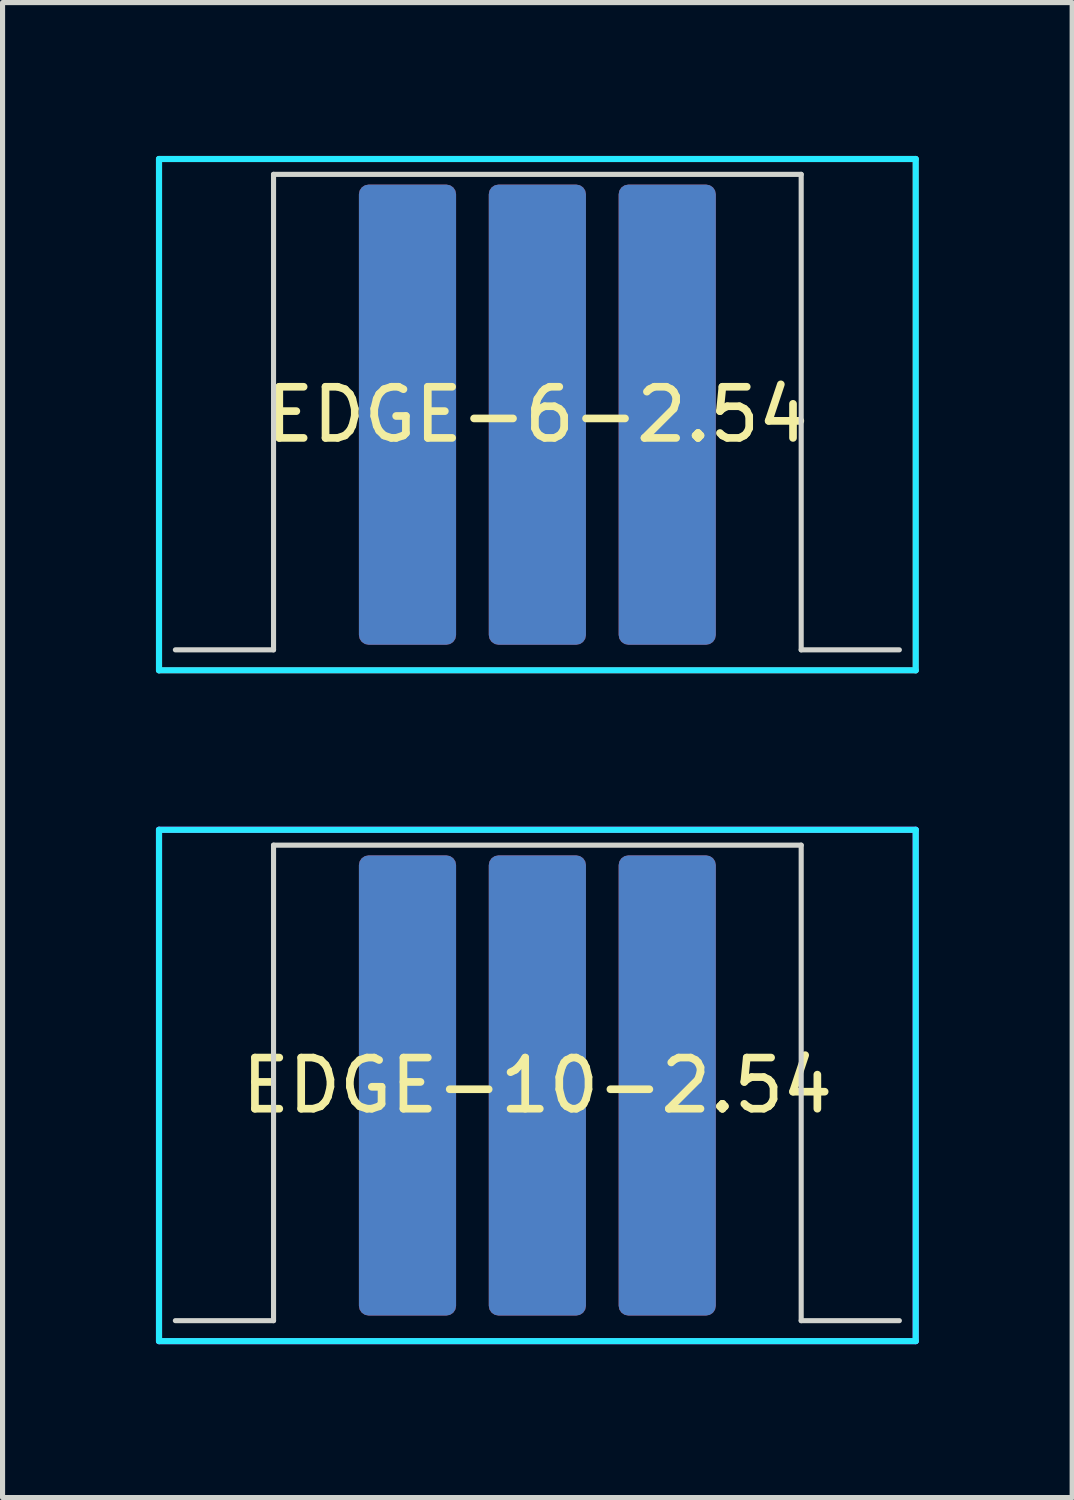
<source format=kicad_pcb>
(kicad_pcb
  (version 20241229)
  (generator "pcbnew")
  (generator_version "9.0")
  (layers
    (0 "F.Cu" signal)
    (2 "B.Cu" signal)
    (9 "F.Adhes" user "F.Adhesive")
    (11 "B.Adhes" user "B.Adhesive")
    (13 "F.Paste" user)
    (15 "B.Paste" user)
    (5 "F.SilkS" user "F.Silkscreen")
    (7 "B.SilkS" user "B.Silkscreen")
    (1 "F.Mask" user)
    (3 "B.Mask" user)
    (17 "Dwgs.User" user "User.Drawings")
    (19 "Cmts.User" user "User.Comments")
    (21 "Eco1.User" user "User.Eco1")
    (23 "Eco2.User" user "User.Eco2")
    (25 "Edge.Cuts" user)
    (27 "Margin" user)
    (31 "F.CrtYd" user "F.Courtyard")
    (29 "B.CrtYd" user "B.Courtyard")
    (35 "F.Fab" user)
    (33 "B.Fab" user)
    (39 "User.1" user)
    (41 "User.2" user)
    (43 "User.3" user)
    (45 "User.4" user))
  (footprint "EDGE-6-2.54"
    (layer "F.Cu")
    (at 7.46 5.06)
    (property "Reference" "EDGE-6-2.54" (at 0 0 0) (layer "F.SilkS") (effects (font (size 1 1) (thickness 0.15))))
    (attr exclude_from_pos_files exclude_from_bom)
    (fp_line (start -7.4 -5) (end -7.4 5) (stroke (width 0.12) (type solid)) (layer "F.Cu"))
    (fp_line (start -7.4 5) (end 7.4 5) (stroke (width 0.12) (type solid)) (layer "F.Cu"))
    (fp_line (start 7.4 -5) (end -7.4 -5) (stroke (width 0.12) (type solid)) (layer "F.Cu"))
    (fp_line (start 7.4 5) (end 7.4 -5) (stroke (width 0.12) (type solid)) (layer "F.Cu"))
    (fp_line (start -5.16 -4.7) (end -5.16 4.6) (stroke (width 0.1) (type solid)) (layer "Edge.Cuts"))
    (fp_line (start -5.16 4.6) (end -7.08 4.6) (stroke (width 0.1) (type solid)) (layer "Edge.Cuts"))
    (fp_line (start 5.16 -4.7) (end -5.16 -4.7) (stroke (width 0.1) (type solid)) (layer "Edge.Cuts"))
    (fp_line (start 5.16 4.6) (end 5.16 -4.7) (stroke (width 0.1) (type solid)) (layer "Edge.Cuts"))
    (fp_line (start 5.16 4.6) (end 7.08 4.6) (stroke (width 0.1) (type solid)) (layer "Edge.Cuts"))
    (fp_line (start -7.4 -5) (end -7.4 5) (stroke (width 0.12) (type solid)) (layer "B.CrtYd"))
    (fp_line (start -7.4 5) (end 7.4 5) (stroke (width 0.12) (type solid)) (layer "B.CrtYd"))
    (fp_line (start 7.4 -5) (end -7.4 -5) (stroke (width 0.12) (type solid)) (layer "B.CrtYd"))
    (fp_line (start 7.4 5) (end 7.4 -5) (stroke (width 0.12) (type solid)) (layer "B.CrtYd"))
    (pad "A1" smd roundrect (at -2.54 0) (size 1.9 9) (layers "B.Cu" "B.Mask" "B.Paste") (roundrect_rratio 0.1))
    (pad "A2" smd roundrect (at 0 0) (size 1.9 9) (layers "B.Cu" "B.Mask" "B.Paste") (roundrect_rratio 0.1))
    (pad "A3" smd roundrect (at 2.54 0) (size 1.9 9) (layers "B.Cu" "B.Mask" "B.Paste") (roundrect_rratio 0.1))
    (pad "B1" smd roundrect (at -2.54 0) (size 1.9 9) (layers "F.Cu" "F.Mask" "F.Paste") (roundrect_rratio 0.1))
    (pad "B2" smd roundrect (at 0 0) (size 1.9 9) (layers "F.Cu" "F.Mask" "F.Paste") (roundrect_rratio 0.1))
    (pad "B3" smd roundrect (at 2.54 0) (size 1.9 9) (layers "F.Cu" "F.Mask" "F.Paste") (roundrect_rratio 0.1)))
  (footprint "EDGE-10-2.54"
    (layer "F.Cu")
    (at 7.46 18.18)
    (property "Reference" "EDGE-10-2.54" (at 0 0 0) (layer "F.SilkS") (effects (font (size 1 1) (thickness 0.15))))
    (attr exclude_from_pos_files exclude_from_bom)
    (fp_line (start -5.16 -4.7) (end -5.16 4.6) (stroke (width 0.1) (type solid)) (layer "Edge.Cuts"))
    (fp_line (start -5.16 4.6) (end -7.08 4.6) (stroke (width 0.1) (type solid)) (layer "Edge.Cuts"))
    (fp_line (start 5.16 -4.7) (end -5.16 -4.7) (stroke (width 0.1) (type solid)) (layer "Edge.Cuts"))
    (fp_line (start 5.16 4.6) (end 5.16 -4.7) (stroke (width 0.1) (type solid)) (layer "Edge.Cuts"))
    (fp_line (start 5.16 4.6) (end 7.08 4.6) (stroke (width 0.1) (type solid)) (layer "Edge.Cuts"))
    (fp_line (start -7.4 -5) (end -7.4 5) (stroke (width 0.12) (type solid)) (layer "B.CrtYd"))
    (fp_line (start -7.4 5) (end 7.4 5) (stroke (width 0.12) (type solid)) (layer "B.CrtYd"))
    (fp_line (start 7.4 -5) (end -7.4 -5) (stroke (width 0.12) (type solid)) (layer "B.CrtYd"))
    (fp_line (start 7.4 5) (end 7.4 -5) (stroke (width 0.12) (type solid)) (layer "B.CrtYd"))
    (fp_line (start -7.4 -5) (end -7.4 5) (stroke (width 0.12) (type solid)) (layer "F.CrtYd"))
    (fp_line (start -7.4 5) (end 7.4 5) (stroke (width 0.12) (type solid)) (layer "F.CrtYd"))
    (fp_line (start 7.4 -5) (end -7.4 -5) (stroke (width 0.12) (type solid)) (layer "F.CrtYd"))
    (fp_line (start 7.4 5) (end 7.4 -5) (stroke (width 0.12) (type solid)) (layer "F.CrtYd"))
    (pad "A1" smd roundrect (at -2.54 0) (size 1.9 9) (layers "F.Cu" "F.Mask" "F.Paste") (roundrect_rratio 0.1))
    (pad "A2" smd roundrect (at 0 0) (size 1.9 9) (layers "F.Cu" "F.Mask" "F.Paste") (roundrect_rratio 0.1))
    (pad "A3" smd roundrect (at 2.54 0) (size 1.9 9) (layers "F.Cu" "F.Mask" "F.Paste") (roundrect_rratio 0.1))
    (pad "B1" smd roundrect (at -2.54 0) (size 1.9 9) (layers "F.Mask" "B.Cu" "F.Paste") (roundrect_rratio 0.1))
    (pad "B2" smd roundrect (at 0 0) (size 1.9 9) (layers "F.Mask" "B.Cu" "F.Paste") (roundrect_rratio 0.1))
    (pad "B3" smd roundrect (at 2.54 0) (size 1.9 9) (layers "F.Mask" "B.Cu" "F.Paste") (roundrect_rratio 0.1)))
  (gr_rect
    (start -3 -3)
    (end 17.92 26.24)
    (stroke (width 0.1) (type default))
    (fill no)
    (layer "Edge.Cuts")))
</source>
